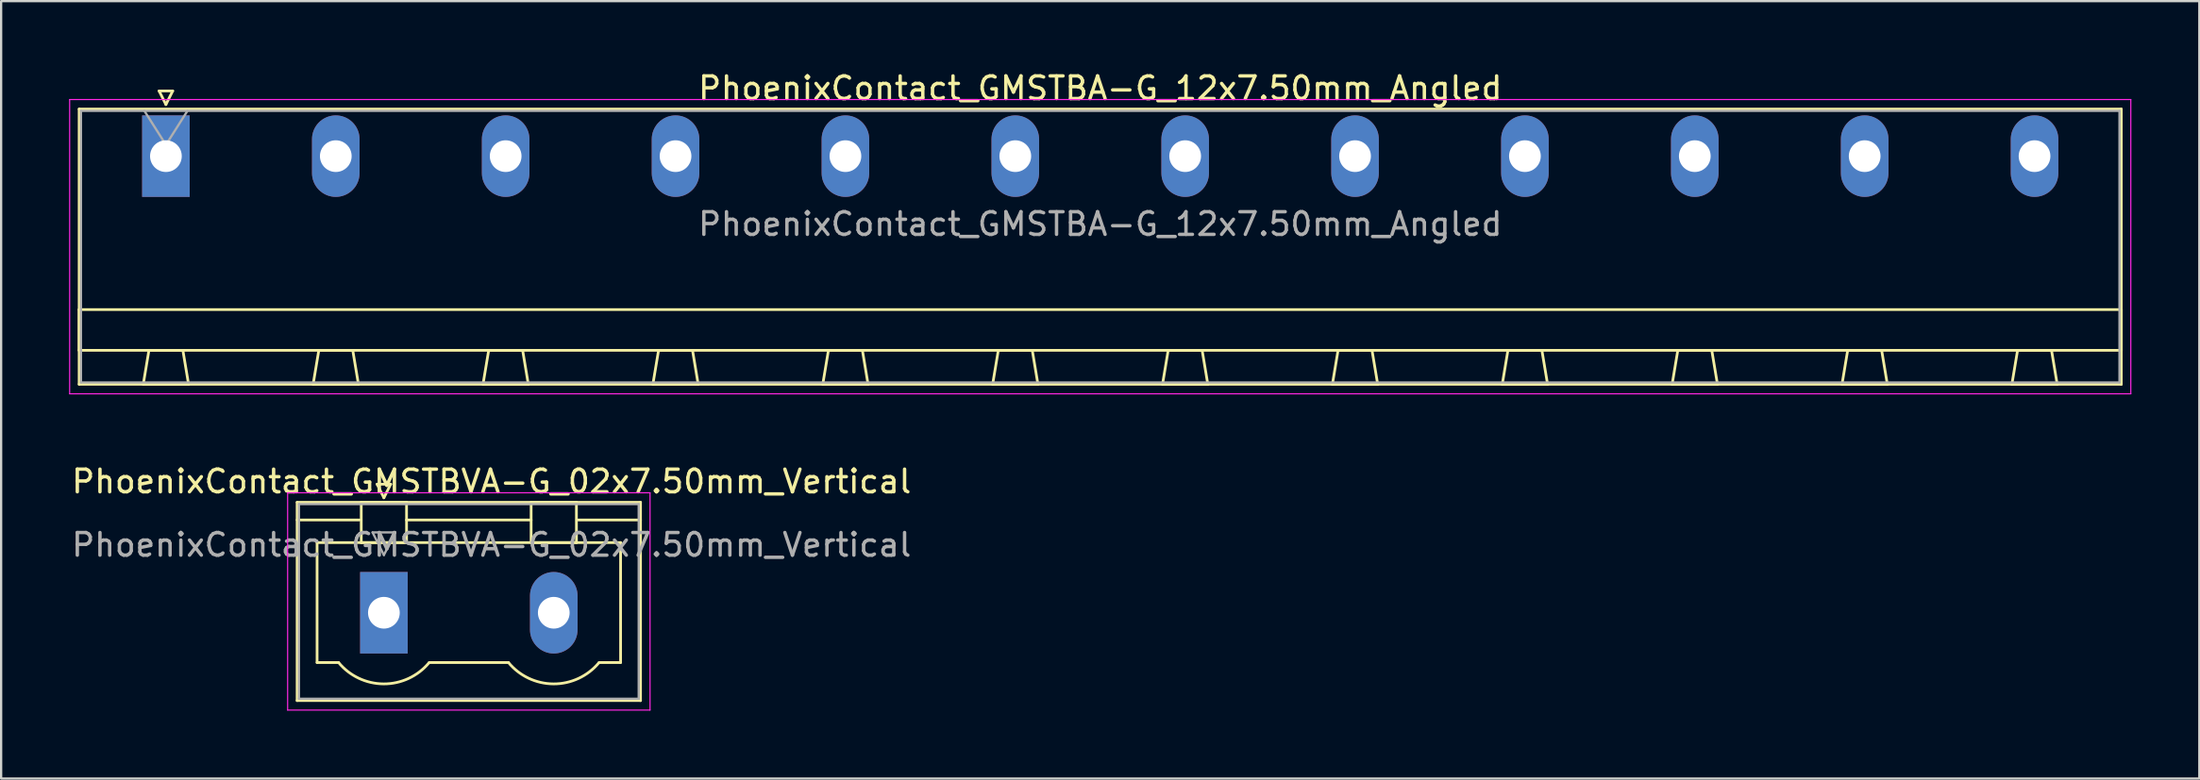
<source format=kicad_pcb>
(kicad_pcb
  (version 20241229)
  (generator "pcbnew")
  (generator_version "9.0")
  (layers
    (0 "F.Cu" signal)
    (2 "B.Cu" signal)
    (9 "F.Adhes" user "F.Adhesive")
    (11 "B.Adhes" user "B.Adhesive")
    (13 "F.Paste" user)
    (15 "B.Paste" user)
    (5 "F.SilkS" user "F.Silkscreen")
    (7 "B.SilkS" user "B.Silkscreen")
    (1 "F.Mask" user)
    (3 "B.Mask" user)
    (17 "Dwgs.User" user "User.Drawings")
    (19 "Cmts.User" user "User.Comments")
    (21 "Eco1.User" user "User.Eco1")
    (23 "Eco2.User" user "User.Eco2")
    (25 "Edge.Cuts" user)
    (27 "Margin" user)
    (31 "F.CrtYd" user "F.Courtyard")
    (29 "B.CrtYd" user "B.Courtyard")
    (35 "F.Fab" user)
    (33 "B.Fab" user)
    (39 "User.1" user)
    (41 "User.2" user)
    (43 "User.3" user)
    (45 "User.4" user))
  (footprint "PhoenixContact_GMSTBA-G_12x7.50mm_Angled"
    (layer "F.Cu")
    (at 4.275 3.848)
    (property "Reference" "PhoenixContact_GMSTBA-G_12x7.50mm_Angled" (at 41.25 -3 0) (layer "F.SilkS") (effects (font (size 1 1) (thickness 0.15))))
    (attr through_hole)
    (fp_line (start -3.83 -2.08) (end -3.83 10.08) (stroke (width 0.12) (type solid)) (layer "F.SilkS"))
    (fp_line (start -3.83 6.78) (end 86.33 6.78) (stroke (width 0.12) (type solid)) (layer "F.SilkS"))
    (fp_line (start -3.83 8.58) (end -3.83 6.78) (stroke (width 0.12) (type solid)) (layer "F.SilkS"))
    (fp_line (start -3.83 10.08) (end 86.33 10.08) (stroke (width 0.12) (type solid)) (layer "F.SilkS"))
    (fp_line (start -1 10.08) (end 1 10.08) (stroke (width 0.12) (type solid)) (layer "F.SilkS"))
    (fp_line (start -0.75 8.58) (end -1 10.08) (stroke (width 0.12) (type solid)) (layer "F.SilkS"))
    (fp_line (start -0.3 -2.88) (end 0.3 -2.88) (stroke (width 0.12) (type solid)) (layer "F.SilkS"))
    (fp_line (start 0 -2.28) (end -0.3 -2.88) (stroke (width 0.12) (type solid)) (layer "F.SilkS"))
    (fp_line (start 0.3 -2.88) (end 0 -2.28) (stroke (width 0.12) (type solid)) (layer "F.SilkS"))
    (fp_line (start 0.75 8.58) (end -0.75 8.58) (stroke (width 0.12) (type solid)) (layer "F.SilkS"))
    (fp_line (start 1 10.08) (end 0.75 8.58) (stroke (width 0.12) (type solid)) (layer "F.SilkS"))
    (fp_line (start 6.5 10.08) (end 8.5 10.08) (stroke (width 0.12) (type solid)) (layer "F.SilkS"))
    (fp_line (start 6.75 8.58) (end 6.5 10.08) (stroke (width 0.12) (type solid)) (layer "F.SilkS"))
    (fp_line (start 8.25 8.58) (end 6.75 8.58) (stroke (width 0.12) (type solid)) (layer "F.SilkS"))
    (fp_line (start 8.5 10.08) (end 8.25 8.58) (stroke (width 0.12) (type solid)) (layer "F.SilkS"))
    (fp_line (start 14 10.08) (end 16 10.08) (stroke (width 0.12) (type solid)) (layer "F.SilkS"))
    (fp_line (start 14.25 8.58) (end 14 10.08) (stroke (width 0.12) (type solid)) (layer "F.SilkS"))
    (fp_line (start 15.75 8.58) (end 14.25 8.58) (stroke (width 0.12) (type solid)) (layer "F.SilkS"))
    (fp_line (start 16 10.08) (end 15.75 8.58) (stroke (width 0.12) (type solid)) (layer "F.SilkS"))
    (fp_line (start 21.5 10.08) (end 23.5 10.08) (stroke (width 0.12) (type solid)) (layer "F.SilkS"))
    (fp_line (start 21.75 8.58) (end 21.5 10.08) (stroke (width 0.12) (type solid)) (layer "F.SilkS"))
    (fp_line (start 23.25 8.58) (end 21.75 8.58) (stroke (width 0.12) (type solid)) (layer "F.SilkS"))
    (fp_line (start 23.5 10.08) (end 23.25 8.58) (stroke (width 0.12) (type solid)) (layer "F.SilkS"))
    (fp_line (start 29 10.08) (end 31 10.08) (stroke (width 0.12) (type solid)) (layer "F.SilkS"))
    (fp_line (start 29.25 8.58) (end 29 10.08) (stroke (width 0.12) (type solid)) (layer "F.SilkS"))
    (fp_line (start 30.75 8.58) (end 29.25 8.58) (stroke (width 0.12) (type solid)) (layer "F.SilkS"))
    (fp_line (start 31 10.08) (end 30.75 8.58) (stroke (width 0.12) (type solid)) (layer "F.SilkS"))
    (fp_line (start 36.5 10.08) (end 38.5 10.08) (stroke (width 0.12) (type solid)) (layer "F.SilkS"))
    (fp_line (start 36.75 8.58) (end 36.5 10.08) (stroke (width 0.12) (type solid)) (layer "F.SilkS"))
    (fp_line (start 38.25 8.58) (end 36.75 8.58) (stroke (width 0.12) (type solid)) (layer "F.SilkS"))
    (fp_line (start 38.5 10.08) (end 38.25 8.58) (stroke (width 0.12) (type solid)) (layer "F.SilkS"))
    (fp_line (start 44 10.08) (end 46 10.08) (stroke (width 0.12) (type solid)) (layer "F.SilkS"))
    (fp_line (start 44.25 8.58) (end 44 10.08) (stroke (width 0.12) (type solid)) (layer "F.SilkS"))
    (fp_line (start 45.75 8.58) (end 44.25 8.58) (stroke (width 0.12) (type solid)) (layer "F.SilkS"))
    (fp_line (start 46 10.08) (end 45.75 8.58) (stroke (width 0.12) (type solid)) (layer "F.SilkS"))
    (fp_line (start 51.5 10.08) (end 53.5 10.08) (stroke (width 0.12) (type solid)) (layer "F.SilkS"))
    (fp_line (start 51.75 8.58) (end 51.5 10.08) (stroke (width 0.12) (type solid)) (layer "F.SilkS"))
    (fp_line (start 53.25 8.58) (end 51.75 8.58) (stroke (width 0.12) (type solid)) (layer "F.SilkS"))
    (fp_line (start 53.5 10.08) (end 53.25 8.58) (stroke (width 0.12) (type solid)) (layer "F.SilkS"))
    (fp_line (start 59 10.08) (end 61 10.08) (stroke (width 0.12) (type solid)) (layer "F.SilkS"))
    (fp_line (start 59.25 8.58) (end 59 10.08) (stroke (width 0.12) (type solid)) (layer "F.SilkS"))
    (fp_line (start 60.75 8.58) (end 59.25 8.58) (stroke (width 0.12) (type solid)) (layer "F.SilkS"))
    (fp_line (start 61 10.08) (end 60.75 8.58) (stroke (width 0.12) (type solid)) (layer "F.SilkS"))
    (fp_line (start 66.5 10.08) (end 68.5 10.08) (stroke (width 0.12) (type solid)) (layer "F.SilkS"))
    (fp_line (start 66.75 8.58) (end 66.5 10.08) (stroke (width 0.12) (type solid)) (layer "F.SilkS"))
    (fp_line (start 68.25 8.58) (end 66.75 8.58) (stroke (width 0.12) (type solid)) (layer "F.SilkS"))
    (fp_line (start 68.5 10.08) (end 68.25 8.58) (stroke (width 0.12) (type solid)) (layer "F.SilkS"))
    (fp_line (start 74 10.08) (end 76 10.08) (stroke (width 0.12) (type solid)) (layer "F.SilkS"))
    (fp_line (start 74.25 8.58) (end 74 10.08) (stroke (width 0.12) (type solid)) (layer "F.SilkS"))
    (fp_line (start 75.75 8.58) (end 74.25 8.58) (stroke (width 0.12) (type solid)) (layer "F.SilkS"))
    (fp_line (start 76 10.08) (end 75.75 8.58) (stroke (width 0.12) (type solid)) (layer "F.SilkS"))
    (fp_line (start 81.5 10.08) (end 83.5 10.08) (stroke (width 0.12) (type solid)) (layer "F.SilkS"))
    (fp_line (start 81.75 8.58) (end 81.5 10.08) (stroke (width 0.12) (type solid)) (layer "F.SilkS"))
    (fp_line (start 83.25 8.58) (end 81.75 8.58) (stroke (width 0.12) (type solid)) (layer "F.SilkS"))
    (fp_line (start 83.5 10.08) (end 83.25 8.58) (stroke (width 0.12) (type solid)) (layer "F.SilkS"))
    (fp_line (start 86.33 -2.08) (end -3.83 -2.08) (stroke (width 0.12) (type solid)) (layer "F.SilkS"))
    (fp_line (start 86.33 6.78) (end 86.33 8.58) (stroke (width 0.12) (type solid)) (layer "F.SilkS"))
    (fp_line (start 86.33 8.58) (end -3.83 8.58) (stroke (width 0.12) (type solid)) (layer "F.SilkS"))
    (fp_line (start 86.33 10.08) (end 86.33 -2.08) (stroke (width 0.12) (type solid)) (layer "F.SilkS"))
    (fp_line (start -4.25 -2.5) (end -4.25 10.5) (stroke (width 0.05) (type solid)) (layer "F.CrtYd"))
    (fp_line (start -4.25 10.5) (end 86.75 10.5) (stroke (width 0.05) (type solid)) (layer "F.CrtYd"))
    (fp_line (start 86.75 -2.5) (end -4.25 -2.5) (stroke (width 0.05) (type solid)) (layer "F.CrtYd"))
    (fp_line (start 86.75 10.5) (end 86.75 -2.5) (stroke (width 0.05) (type solid)) (layer "F.CrtYd"))
    (fp_line (start -3.75 -2) (end -3.75 10) (stroke (width 0.1) (type solid)) (layer "F.Fab"))
    (fp_line (start -3.75 10) (end 86.25 10) (stroke (width 0.1) (type solid)) (layer "F.Fab"))
    (fp_line (start 0 -0.5) (end -0.95 -2) (stroke (width 0.1) (type solid)) (layer "F.Fab"))
    (fp_line (start 0.95 -2) (end 0 -0.5) (stroke (width 0.1) (type solid)) (layer "F.Fab"))
    (fp_line (start 86.25 -2) (end -3.75 -2) (stroke (width 0.1) (type solid)) (layer "F.Fab"))
    (fp_line (start 86.25 10) (end 86.25 -2) (stroke (width 0.1) (type solid)) (layer "F.Fab"))
    (fp_text user "${REFERENCE}" (at 41.25 3 0) (layer "F.Fab") (effects (font (size 1 1) (thickness 0.15))))
    (pad "1" thru_hole rect (at 0 0) (size 2.1 3.6) (drill 1.4) (layers "*.Cu" "*.Mask"))
    (pad "2" thru_hole oval (at 7.5 0) (size 2.1 3.6) (drill 1.4) (layers "*.Cu" "*.Mask"))
    (pad "3" thru_hole oval (at 15 0) (size 2.1 3.6) (drill 1.4) (layers "*.Cu" "*.Mask"))
    (pad "4" thru_hole oval (at 22.5 0) (size 2.1 3.6) (drill 1.4) (layers "*.Cu" "*.Mask"))
    (pad "5" thru_hole oval (at 30 0) (size 2.1 3.6) (drill 1.4) (layers "*.Cu" "*.Mask"))
    (pad "6" thru_hole oval (at 37.5 0) (size 2.1 3.6) (drill 1.4) (layers "*.Cu" "*.Mask"))
    (pad "7" thru_hole oval (at 45 0) (size 2.1 3.6) (drill 1.4) (layers "*.Cu" "*.Mask"))
    (pad "8" thru_hole oval (at 52.5 0) (size 2.1 3.6) (drill 1.4) (layers "*.Cu" "*.Mask"))
    (pad "9" thru_hole oval (at 60 0) (size 2.1 3.6) (drill 1.4) (layers "*.Cu" "*.Mask"))
    (pad "10" thru_hole oval (at 67.5 0) (size 2.1 3.6) (drill 1.4) (layers "*.Cu" "*.Mask"))
    (pad "11" thru_hole oval (at 75 0) (size 2.1 3.6) (drill 1.4) (layers "*.Cu" "*.Mask"))
    (pad "12" thru_hole oval (at 82.5 0) (size 2.1 3.6) (drill 1.4) (layers "*.Cu" "*.Mask")))
  (footprint "PhoenixContact_GMSTBVA-G_02x7.50mm_Vertical"
    (layer "F.Cu")
    (at 13.899 24.021)
    (property "Reference" "PhoenixContact_GMSTBVA-G_02x7.50mm_Vertical" (at 4.75 -5.8 0) (layer "F.SilkS") (effects (font (size 1 1) (thickness 0.15))))
    (attr through_hole)
    (fp_line (start -3.83 -4.88) (end -3.83 3.88) (stroke (width 0.12) (type solid)) (layer "F.SilkS"))
    (fp_line (start -3.83 -4.1) (end -1.08 -4.1) (stroke (width 0.12) (type solid)) (layer "F.SilkS"))
    (fp_line (start -3.83 3.88) (end 11.33 3.88) (stroke (width 0.12) (type solid)) (layer "F.SilkS"))
    (fp_line (start -2.95 -3.1) (end 10.45 -3.1) (stroke (width 0.12) (type solid)) (layer "F.SilkS"))
    (fp_line (start -2.95 2.2) (end -2.95 -3.1) (stroke (width 0.12) (type solid)) (layer "F.SilkS"))
    (fp_line (start -2 2.2) (end -2.95 2.2) (stroke (width 0.12) (type solid)) (layer "F.SilkS"))
    (fp_line (start -1 -4.88) (end 1 -4.88) (stroke (width 0.12) (type solid)) (layer "F.SilkS"))
    (fp_line (start -1 -3.1) (end -1 -4.88) (stroke (width 0.12) (type solid)) (layer "F.SilkS"))
    (fp_line (start -0.3 -5.68) (end 0.3 -5.68) (stroke (width 0.12) (type solid)) (layer "F.SilkS"))
    (fp_line (start 0 -5.08) (end -0.3 -5.68) (stroke (width 0.12) (type solid)) (layer "F.SilkS"))
    (fp_line (start 0.3 -5.68) (end 0 -5.08) (stroke (width 0.12) (type solid)) (layer "F.SilkS"))
    (fp_line (start 1 -4.88) (end 1 -3.1) (stroke (width 0.12) (type solid)) (layer "F.SilkS"))
    (fp_line (start 1 -4.1) (end 6.5 -4.1) (stroke (width 0.12) (type solid)) (layer "F.SilkS"))
    (fp_line (start 1 -3.1) (end -1 -3.1) (stroke (width 0.12) (type solid)) (layer "F.SilkS"))
    (fp_line (start 2 2.2) (end 5.5 2.2) (stroke (width 0.12) (type solid)) (layer "F.SilkS"))
    (fp_line (start 6.5 -4.88) (end 8.5 -4.88) (stroke (width 0.12) (type solid)) (layer "F.SilkS"))
    (fp_line (start 6.5 -3.1) (end 6.5 -4.88) (stroke (width 0.12) (type solid)) (layer "F.SilkS"))
    (fp_line (start 8.5 -4.88) (end 8.5 -3.1) (stroke (width 0.12) (type solid)) (layer "F.SilkS"))
    (fp_line (start 8.5 -3.1) (end 6.5 -3.1) (stroke (width 0.12) (type solid)) (layer "F.SilkS"))
    (fp_line (start 10.45 -3.1) (end 10.45 2.2) (stroke (width 0.12) (type solid)) (layer "F.SilkS"))
    (fp_line (start 10.45 2.2) (end 9.5 2.2) (stroke (width 0.12) (type solid)) (layer "F.SilkS"))
    (fp_line (start 11.33 -4.88) (end -3.83 -4.88) (stroke (width 0.12) (type solid)) (layer "F.SilkS"))
    (fp_line (start 11.33 -4.1) (end 8.58 -4.1) (stroke (width 0.12) (type solid)) (layer "F.SilkS"))
    (fp_line (start 11.33 3.88) (end 11.33 -4.88) (stroke (width 0.12) (type solid)) (layer "F.SilkS"))
    (fp_arc (start 1.986842 2.215821) (mid -0.010289 3.142758) (end -2 2.2) (stroke (width 0.12) (type solid)) (layer "F.SilkS"))
    (fp_arc (start 9.486842 2.215821) (mid 7.489711 3.142758) (end 5.5 2.2) (stroke (width 0.12) (type solid)) (layer "F.SilkS"))
    (fp_line (start -4.25 -5.3) (end -4.25 4.3) (stroke (width 0.05) (type solid)) (layer "F.CrtYd"))
    (fp_line (start -4.25 4.3) (end 11.75 4.3) (stroke (width 0.05) (type solid)) (layer "F.CrtYd"))
    (fp_line (start 11.75 -5.3) (end -4.25 -5.3) (stroke (width 0.05) (type solid)) (layer "F.CrtYd"))
    (fp_line (start 11.75 4.3) (end 11.75 -5.3) (stroke (width 0.05) (type solid)) (layer "F.CrtYd"))
    (fp_line (start -3.75 -4.8) (end -3.75 3.8) (stroke (width 0.1) (type solid)) (layer "F.Fab"))
    (fp_line (start -3.75 3.8) (end 11.25 3.8) (stroke (width 0.1) (type solid)) (layer "F.Fab"))
    (fp_line (start -0.5 -3.55) (end 0.5 -3.55) (stroke (width 0.1) (type solid)) (layer "F.Fab"))
    (fp_line (start 0 -2.55) (end -0.5 -3.55) (stroke (width 0.1) (type solid)) (layer "F.Fab"))
    (fp_line (start 0.5 -3.55) (end 0 -2.55) (stroke (width 0.1) (type solid)) (layer "F.Fab"))
    (fp_line (start 11.25 -4.8) (end -3.75 -4.8) (stroke (width 0.1) (type solid)) (layer "F.Fab"))
    (fp_line (start 11.25 3.8) (end 11.25 -4.8) (stroke (width 0.1) (type solid)) (layer "F.Fab"))
    (fp_text user "${REFERENCE}" (at 4.75 -3 0) (layer "F.Fab") (effects (font (size 1 1) (thickness 0.15))))
    (pad "1" thru_hole rect (at 0 0) (size 2.1 3.6) (drill 1.4) (layers "*.Cu" "*.Mask"))
    (pad "2" thru_hole oval (at 7.5 0) (size 2.1 3.6) (drill 1.4) (layers "*.Cu" "*.Mask")))
  (gr_rect
    (start -3 -3)
    (end 94.05 31.346)
    (stroke (width 0.1) (type default))
    (fill no)
    (layer "Edge.Cuts")))
</source>
